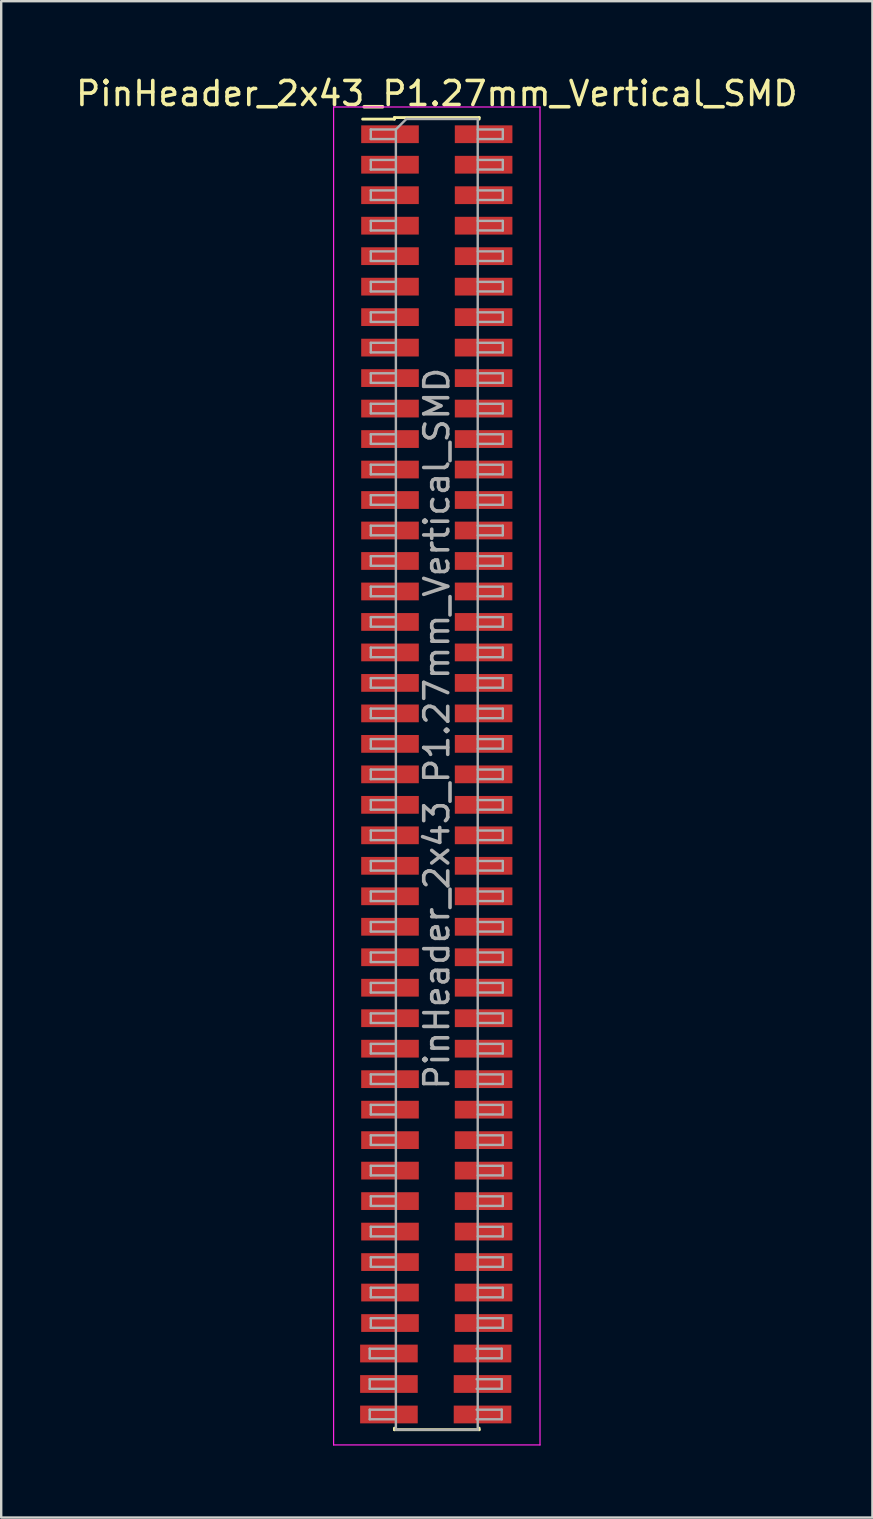
<source format=kicad_pcb>
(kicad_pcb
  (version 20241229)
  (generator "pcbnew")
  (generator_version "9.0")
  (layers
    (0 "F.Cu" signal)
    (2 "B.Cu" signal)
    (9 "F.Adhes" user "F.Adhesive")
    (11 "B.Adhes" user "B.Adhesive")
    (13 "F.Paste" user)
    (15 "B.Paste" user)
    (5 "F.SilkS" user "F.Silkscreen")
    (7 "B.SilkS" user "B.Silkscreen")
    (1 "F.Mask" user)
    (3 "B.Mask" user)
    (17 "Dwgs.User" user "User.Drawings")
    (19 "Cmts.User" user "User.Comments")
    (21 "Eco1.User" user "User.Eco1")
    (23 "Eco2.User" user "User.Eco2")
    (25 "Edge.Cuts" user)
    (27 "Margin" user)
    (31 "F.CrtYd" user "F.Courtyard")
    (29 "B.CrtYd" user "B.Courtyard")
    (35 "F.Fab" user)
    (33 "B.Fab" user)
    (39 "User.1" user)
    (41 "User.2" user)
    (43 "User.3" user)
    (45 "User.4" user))
  (footprint "PinHeader_2x43_P1.27mm_Vertical_SMD"
    (layer "F.Cu")
    (at 15.149 27.308)
    (property "Reference" "PinHeader_2x43_P1.27mm_Vertical_SMD" (at 0 -26.46 0) (layer "F.SilkS") (effects (font (size 1 1) (thickness 0.15))))
    (attr smd)
    (fp_line (start -3.09 -25.395) (end -1.765 -25.395) (stroke (width 0.12) (type solid)) (layer "F.SilkS"))
    (fp_line (start -1.765 -25.46) (end -1.765 -25.395) (stroke (width 0.12) (type solid)) (layer "F.SilkS"))
    (fp_line (start -1.765 -25.46) (end 1.765 -25.46) (stroke (width 0.12) (type solid)) (layer "F.SilkS"))
    (fp_line (start -1.765 29.145) (end -1.765 29.21) (stroke (width 0.12) (type solid)) (layer "F.SilkS"))
    (fp_line (start -1.765 29.21) (end 1.765 29.21) (stroke (width 0.12) (type solid)) (layer "F.SilkS"))
    (fp_line (start 1.765 -25.46) (end 1.765 -25.395) (stroke (width 0.12) (type solid)) (layer "F.SilkS"))
    (fp_line (start 1.765 29.145) (end 1.765 29.21) (stroke (width 0.12) (type solid)) (layer "F.SilkS"))
    (fp_line (start -4.3 -25.9) (end -4.3 29.845) (stroke (width 0.05) (type solid)) (layer "F.CrtYd"))
    (fp_line (start -4.3 29.845) (end 4.3 29.845) (stroke (width 0.05) (type solid)) (layer "F.CrtYd"))
    (fp_line (start 4.3 -25.9) (end -4.3 -25.9) (stroke (width 0.05) (type solid)) (layer "F.CrtYd"))
    (fp_line (start 4.3 29.845) (end 4.3 -25.9) (stroke (width 0.05) (type solid)) (layer "F.CrtYd"))
    (fp_line (start -2.795 25.835) (end -2.795 26.235) (stroke (width 0.1) (type solid)) (layer "F.Fab"))
    (fp_line (start -2.795 26.235) (end -1.75 26.235) (stroke (width 0.1) (type solid)) (layer "F.Fab"))
    (fp_line (start -2.795 27.105) (end -2.795 27.505) (stroke (width 0.1) (type solid)) (layer "F.Fab"))
    (fp_line (start -2.795 27.505) (end -1.75 27.505) (stroke (width 0.1) (type solid)) (layer "F.Fab"))
    (fp_line (start -2.795 28.375) (end -2.795 28.775) (stroke (width 0.1) (type solid)) (layer "F.Fab"))
    (fp_line (start -2.795 28.775) (end -1.75 28.775) (stroke (width 0.1) (type solid)) (layer "F.Fab"))
    (fp_line (start -2.75 -24.965) (end -2.75 -24.565) (stroke (width 0.1) (type solid)) (layer "F.Fab"))
    (fp_line (start -2.75 -24.565) (end -1.705 -24.565) (stroke (width 0.1) (type solid)) (layer "F.Fab"))
    (fp_line (start -2.75 -23.695) (end -2.75 -23.295) (stroke (width 0.1) (type solid)) (layer "F.Fab"))
    (fp_line (start -2.75 -23.295) (end -1.705 -23.295) (stroke (width 0.1) (type solid)) (layer "F.Fab"))
    (fp_line (start -2.75 -22.425) (end -2.75 -22.025) (stroke (width 0.1) (type solid)) (layer "F.Fab"))
    (fp_line (start -2.75 -22.025) (end -1.705 -22.025) (stroke (width 0.1) (type solid)) (layer "F.Fab"))
    (fp_line (start -2.75 -21.155) (end -2.75 -20.755) (stroke (width 0.1) (type solid)) (layer "F.Fab"))
    (fp_line (start -2.75 -20.755) (end -1.705 -20.755) (stroke (width 0.1) (type solid)) (layer "F.Fab"))
    (fp_line (start -2.75 -19.885) (end -2.75 -19.485) (stroke (width 0.1) (type solid)) (layer "F.Fab"))
    (fp_line (start -2.75 -19.485) (end -1.705 -19.485) (stroke (width 0.1) (type solid)) (layer "F.Fab"))
    (fp_line (start -2.75 -18.615) (end -2.75 -18.215) (stroke (width 0.1) (type solid)) (layer "F.Fab"))
    (fp_line (start -2.75 -18.215) (end -1.705 -18.215) (stroke (width 0.1) (type solid)) (layer "F.Fab"))
    (fp_line (start -2.75 -17.345) (end -2.75 -16.945) (stroke (width 0.1) (type solid)) (layer "F.Fab"))
    (fp_line (start -2.75 -16.945) (end -1.705 -16.945) (stroke (width 0.1) (type solid)) (layer "F.Fab"))
    (fp_line (start -2.75 -16.075) (end -2.75 -15.675) (stroke (width 0.1) (type solid)) (layer "F.Fab"))
    (fp_line (start -2.75 -15.675) (end -1.705 -15.675) (stroke (width 0.1) (type solid)) (layer "F.Fab"))
    (fp_line (start -2.75 -14.805) (end -2.75 -14.405) (stroke (width 0.1) (type solid)) (layer "F.Fab"))
    (fp_line (start -2.75 -14.405) (end -1.705 -14.405) (stroke (width 0.1) (type solid)) (layer "F.Fab"))
    (fp_line (start -2.75 -13.535) (end -2.75 -13.135) (stroke (width 0.1) (type solid)) (layer "F.Fab"))
    (fp_line (start -2.75 -13.135) (end -1.705 -13.135) (stroke (width 0.1) (type solid)) (layer "F.Fab"))
    (fp_line (start -2.75 -12.265) (end -2.75 -11.865) (stroke (width 0.1) (type solid)) (layer "F.Fab"))
    (fp_line (start -2.75 -11.865) (end -1.705 -11.865) (stroke (width 0.1) (type solid)) (layer "F.Fab"))
    (fp_line (start -2.75 -10.995) (end -2.75 -10.595) (stroke (width 0.1) (type solid)) (layer "F.Fab"))
    (fp_line (start -2.75 -10.595) (end -1.705 -10.595) (stroke (width 0.1) (type solid)) (layer "F.Fab"))
    (fp_line (start -2.75 -9.725) (end -2.75 -9.325) (stroke (width 0.1) (type solid)) (layer "F.Fab"))
    (fp_line (start -2.75 -9.325) (end -1.705 -9.325) (stroke (width 0.1) (type solid)) (layer "F.Fab"))
    (fp_line (start -2.75 -8.455) (end -2.75 -8.055) (stroke (width 0.1) (type solid)) (layer "F.Fab"))
    (fp_line (start -2.75 -8.055) (end -1.705 -8.055) (stroke (width 0.1) (type solid)) (layer "F.Fab"))
    (fp_line (start -2.75 -7.185) (end -2.75 -6.785) (stroke (width 0.1) (type solid)) (layer "F.Fab"))
    (fp_line (start -2.75 -6.785) (end -1.705 -6.785) (stroke (width 0.1) (type solid)) (layer "F.Fab"))
    (fp_line (start -2.75 -5.915) (end -2.75 -5.515) (stroke (width 0.1) (type solid)) (layer "F.Fab"))
    (fp_line (start -2.75 -5.515) (end -1.705 -5.515) (stroke (width 0.1) (type solid)) (layer "F.Fab"))
    (fp_line (start -2.75 -4.645) (end -2.75 -4.245) (stroke (width 0.1) (type solid)) (layer "F.Fab"))
    (fp_line (start -2.75 -4.245) (end -1.705 -4.245) (stroke (width 0.1) (type solid)) (layer "F.Fab"))
    (fp_line (start -2.75 -3.375) (end -2.75 -2.975) (stroke (width 0.1) (type solid)) (layer "F.Fab"))
    (fp_line (start -2.75 -2.975) (end -1.705 -2.975) (stroke (width 0.1) (type solid)) (layer "F.Fab"))
    (fp_line (start -2.75 -2.105) (end -2.75 -1.705) (stroke (width 0.1) (type solid)) (layer "F.Fab"))
    (fp_line (start -2.75 -1.705) (end -1.705 -1.705) (stroke (width 0.1) (type solid)) (layer "F.Fab"))
    (fp_line (start -2.75 -0.835) (end -2.75 -0.435) (stroke (width 0.1) (type solid)) (layer "F.Fab"))
    (fp_line (start -2.75 -0.435) (end -1.705 -0.435) (stroke (width 0.1) (type solid)) (layer "F.Fab"))
    (fp_line (start -2.75 0.435) (end -2.75 0.835) (stroke (width 0.1) (type solid)) (layer "F.Fab"))
    (fp_line (start -2.75 0.835) (end -1.705 0.835) (stroke (width 0.1) (type solid)) (layer "F.Fab"))
    (fp_line (start -2.75 1.705) (end -2.75 2.105) (stroke (width 0.1) (type solid)) (layer "F.Fab"))
    (fp_line (start -2.75 2.105) (end -1.705 2.105) (stroke (width 0.1) (type solid)) (layer "F.Fab"))
    (fp_line (start -2.75 2.975) (end -2.75 3.375) (stroke (width 0.1) (type solid)) (layer "F.Fab"))
    (fp_line (start -2.75 3.375) (end -1.705 3.375) (stroke (width 0.1) (type solid)) (layer "F.Fab"))
    (fp_line (start -2.75 4.245) (end -2.75 4.645) (stroke (width 0.1) (type solid)) (layer "F.Fab"))
    (fp_line (start -2.75 4.645) (end -1.705 4.645) (stroke (width 0.1) (type solid)) (layer "F.Fab"))
    (fp_line (start -2.75 5.515) (end -2.75 5.915) (stroke (width 0.1) (type solid)) (layer "F.Fab"))
    (fp_line (start -2.75 5.915) (end -1.705 5.915) (stroke (width 0.1) (type solid)) (layer "F.Fab"))
    (fp_line (start -2.75 6.785) (end -2.75 7.185) (stroke (width 0.1) (type solid)) (layer "F.Fab"))
    (fp_line (start -2.75 7.185) (end -1.705 7.185) (stroke (width 0.1) (type solid)) (layer "F.Fab"))
    (fp_line (start -2.75 8.055) (end -2.75 8.455) (stroke (width 0.1) (type solid)) (layer "F.Fab"))
    (fp_line (start -2.75 8.455) (end -1.705 8.455) (stroke (width 0.1) (type solid)) (layer "F.Fab"))
    (fp_line (start -2.75 9.325) (end -2.75 9.725) (stroke (width 0.1) (type solid)) (layer "F.Fab"))
    (fp_line (start -2.75 9.725) (end -1.705 9.725) (stroke (width 0.1) (type solid)) (layer "F.Fab"))
    (fp_line (start -2.75 10.595) (end -2.75 10.995) (stroke (width 0.1) (type solid)) (layer "F.Fab"))
    (fp_line (start -2.75 10.995) (end -1.705 10.995) (stroke (width 0.1) (type solid)) (layer "F.Fab"))
    (fp_line (start -2.75 11.865) (end -2.75 12.265) (stroke (width 0.1) (type solid)) (layer "F.Fab"))
    (fp_line (start -2.75 12.265) (end -1.705 12.265) (stroke (width 0.1) (type solid)) (layer "F.Fab"))
    (fp_line (start -2.75 13.135) (end -2.75 13.535) (stroke (width 0.1) (type solid)) (layer "F.Fab"))
    (fp_line (start -2.75 13.535) (end -1.705 13.535) (stroke (width 0.1) (type solid)) (layer "F.Fab"))
    (fp_line (start -2.75 14.405) (end -2.75 14.805) (stroke (width 0.1) (type solid)) (layer "F.Fab"))
    (fp_line (start -2.75 14.805) (end -1.705 14.805) (stroke (width 0.1) (type solid)) (layer "F.Fab"))
    (fp_line (start -2.75 15.675) (end -2.75 16.075) (stroke (width 0.1) (type solid)) (layer "F.Fab"))
    (fp_line (start -2.75 16.075) (end -1.705 16.075) (stroke (width 0.1) (type solid)) (layer "F.Fab"))
    (fp_line (start -2.75 16.945) (end -2.75 17.345) (stroke (width 0.1) (type solid)) (layer "F.Fab"))
    (fp_line (start -2.75 17.345) (end -1.705 17.345) (stroke (width 0.1) (type solid)) (layer "F.Fab"))
    (fp_line (start -2.75 18.215) (end -2.75 18.615) (stroke (width 0.1) (type solid)) (layer "F.Fab"))
    (fp_line (start -2.75 18.615) (end -1.705 18.615) (stroke (width 0.1) (type solid)) (layer "F.Fab"))
    (fp_line (start -2.75 19.485) (end -2.75 19.885) (stroke (width 0.1) (type solid)) (layer "F.Fab"))
    (fp_line (start -2.75 19.885) (end -1.705 19.885) (stroke (width 0.1) (type solid)) (layer "F.Fab"))
    (fp_line (start -2.75 20.755) (end -2.75 21.155) (stroke (width 0.1) (type solid)) (layer "F.Fab"))
    (fp_line (start -2.75 21.155) (end -1.705 21.155) (stroke (width 0.1) (type solid)) (layer "F.Fab"))
    (fp_line (start -2.75 22.025) (end -2.75 22.425) (stroke (width 0.1) (type solid)) (layer "F.Fab"))
    (fp_line (start -2.75 22.425) (end -1.705 22.425) (stroke (width 0.1) (type solid)) (layer "F.Fab"))
    (fp_line (start -2.75 23.295) (end -2.75 23.695) (stroke (width 0.1) (type solid)) (layer "F.Fab"))
    (fp_line (start -2.75 23.695) (end -1.705 23.695) (stroke (width 0.1) (type solid)) (layer "F.Fab"))
    (fp_line (start -2.75 24.565) (end -2.75 24.965) (stroke (width 0.1) (type solid)) (layer "F.Fab"))
    (fp_line (start -2.75 24.965) (end -1.705 24.965) (stroke (width 0.1) (type solid)) (layer "F.Fab"))
    (fp_line (start -1.75 25.835) (end -2.795 25.835) (stroke (width 0.1) (type solid)) (layer "F.Fab"))
    (fp_line (start -1.75 27.105) (end -2.795 27.105) (stroke (width 0.1) (type solid)) (layer "F.Fab"))
    (fp_line (start -1.75 28.375) (end -2.795 28.375) (stroke (width 0.1) (type solid)) (layer "F.Fab"))
    (fp_line (start -1.705 -24.965) (end -2.75 -24.965) (stroke (width 0.1) (type solid)) (layer "F.Fab"))
    (fp_line (start -1.705 -24.965) (end -1.27 -25.4) (stroke (width 0.1) (type solid)) (layer "F.Fab"))
    (fp_line (start -1.705 -23.695) (end -2.75 -23.695) (stroke (width 0.1) (type solid)) (layer "F.Fab"))
    (fp_line (start -1.705 -22.425) (end -2.75 -22.425) (stroke (width 0.1) (type solid)) (layer "F.Fab"))
    (fp_line (start -1.705 -21.155) (end -2.75 -21.155) (stroke (width 0.1) (type solid)) (layer "F.Fab"))
    (fp_line (start -1.705 -19.885) (end -2.75 -19.885) (stroke (width 0.1) (type solid)) (layer "F.Fab"))
    (fp_line (start -1.705 -18.615) (end -2.75 -18.615) (stroke (width 0.1) (type solid)) (layer "F.Fab"))
    (fp_line (start -1.705 -17.345) (end -2.75 -17.345) (stroke (width 0.1) (type solid)) (layer "F.Fab"))
    (fp_line (start -1.705 -16.075) (end -2.75 -16.075) (stroke (width 0.1) (type solid)) (layer "F.Fab"))
    (fp_line (start -1.705 -14.805) (end -2.75 -14.805) (stroke (width 0.1) (type solid)) (layer "F.Fab"))
    (fp_line (start -1.705 -13.535) (end -2.75 -13.535) (stroke (width 0.1) (type solid)) (layer "F.Fab"))
    (fp_line (start -1.705 -12.265) (end -2.75 -12.265) (stroke (width 0.1) (type solid)) (layer "F.Fab"))
    (fp_line (start -1.705 -10.995) (end -2.75 -10.995) (stroke (width 0.1) (type solid)) (layer "F.Fab"))
    (fp_line (start -1.705 -9.725) (end -2.75 -9.725) (stroke (width 0.1) (type solid)) (layer "F.Fab"))
    (fp_line (start -1.705 -8.455) (end -2.75 -8.455) (stroke (width 0.1) (type solid)) (layer "F.Fab"))
    (fp_line (start -1.705 -7.185) (end -2.75 -7.185) (stroke (width 0.1) (type solid)) (layer "F.Fab"))
    (fp_line (start -1.705 -5.915) (end -2.75 -5.915) (stroke (width 0.1) (type solid)) (layer "F.Fab"))
    (fp_line (start -1.705 -4.645) (end -2.75 -4.645) (stroke (width 0.1) (type solid)) (layer "F.Fab"))
    (fp_line (start -1.705 -3.375) (end -2.75 -3.375) (stroke (width 0.1) (type solid)) (layer "F.Fab"))
    (fp_line (start -1.705 -2.105) (end -2.75 -2.105) (stroke (width 0.1) (type solid)) (layer "F.Fab"))
    (fp_line (start -1.705 -0.835) (end -2.75 -0.835) (stroke (width 0.1) (type solid)) (layer "F.Fab"))
    (fp_line (start -1.705 0.435) (end -2.75 0.435) (stroke (width 0.1) (type solid)) (layer "F.Fab"))
    (fp_line (start -1.705 1.705) (end -2.75 1.705) (stroke (width 0.1) (type solid)) (layer "F.Fab"))
    (fp_line (start -1.705 2.975) (end -2.75 2.975) (stroke (width 0.1) (type solid)) (layer "F.Fab"))
    (fp_line (start -1.705 4.245) (end -2.75 4.245) (stroke (width 0.1) (type solid)) (layer "F.Fab"))
    (fp_line (start -1.705 5.515) (end -2.75 5.515) (stroke (width 0.1) (type solid)) (layer "F.Fab"))
    (fp_line (start -1.705 6.785) (end -2.75 6.785) (stroke (width 0.1) (type solid)) (layer "F.Fab"))
    (fp_line (start -1.705 8.055) (end -2.75 8.055) (stroke (width 0.1) (type solid)) (layer "F.Fab"))
    (fp_line (start -1.705 9.325) (end -2.75 9.325) (stroke (width 0.1) (type solid)) (layer "F.Fab"))
    (fp_line (start -1.705 10.595) (end -2.75 10.595) (stroke (width 0.1) (type solid)) (layer "F.Fab"))
    (fp_line (start -1.705 11.865) (end -2.75 11.865) (stroke (width 0.1) (type solid)) (layer "F.Fab"))
    (fp_line (start -1.705 13.135) (end -2.75 13.135) (stroke (width 0.1) (type solid)) (layer "F.Fab"))
    (fp_line (start -1.705 14.405) (end -2.75 14.405) (stroke (width 0.1) (type solid)) (layer "F.Fab"))
    (fp_line (start -1.705 15.675) (end -2.75 15.675) (stroke (width 0.1) (type solid)) (layer "F.Fab"))
    (fp_line (start -1.705 16.945) (end -2.75 16.945) (stroke (width 0.1) (type solid)) (layer "F.Fab"))
    (fp_line (start -1.705 18.215) (end -2.75 18.215) (stroke (width 0.1) (type solid)) (layer "F.Fab"))
    (fp_line (start -1.705 19.485) (end -2.75 19.485) (stroke (width 0.1) (type solid)) (layer "F.Fab"))
    (fp_line (start -1.705 20.755) (end -2.75 20.755) (stroke (width 0.1) (type solid)) (layer "F.Fab"))
    (fp_line (start -1.705 22.025) (end -2.75 22.025) (stroke (width 0.1) (type solid)) (layer "F.Fab"))
    (fp_line (start -1.705 23.295) (end -2.75 23.295) (stroke (width 0.1) (type solid)) (layer "F.Fab"))
    (fp_line (start -1.705 24.565) (end -2.75 24.565) (stroke (width 0.1) (type solid)) (layer "F.Fab"))
    (fp_line (start -1.705 29.21) (end -1.705 -24.965) (stroke (width 0.1) (type solid)) (layer "F.Fab"))
    (fp_line (start -1.27 -25.4) (end 1.705 -25.4) (stroke (width 0.1) (type solid)) (layer "F.Fab"))
    (fp_line (start 1.66 25.835) (end 2.705 25.835) (stroke (width 0.1) (type solid)) (layer "F.Fab"))
    (fp_line (start 1.66 27.105) (end 2.705 27.105) (stroke (width 0.1) (type solid)) (layer "F.Fab"))
    (fp_line (start 1.66 28.375) (end 2.705 28.375) (stroke (width 0.1) (type solid)) (layer "F.Fab"))
    (fp_line (start 1.705 -25.4) (end 1.705 29.21) (stroke (width 0.1) (type solid)) (layer "F.Fab"))
    (fp_line (start 1.705 -24.965) (end 2.75 -24.965) (stroke (width 0.1) (type solid)) (layer "F.Fab"))
    (fp_line (start 1.705 -23.695) (end 2.75 -23.695) (stroke (width 0.1) (type solid)) (layer "F.Fab"))
    (fp_line (start 1.705 -22.425) (end 2.75 -22.425) (stroke (width 0.1) (type solid)) (layer "F.Fab"))
    (fp_line (start 1.705 -21.155) (end 2.75 -21.155) (stroke (width 0.1) (type solid)) (layer "F.Fab"))
    (fp_line (start 1.705 -19.885) (end 2.75 -19.885) (stroke (width 0.1) (type solid)) (layer "F.Fab"))
    (fp_line (start 1.705 -18.615) (end 2.75 -18.615) (stroke (width 0.1) (type solid)) (layer "F.Fab"))
    (fp_line (start 1.705 -17.345) (end 2.75 -17.345) (stroke (width 0.1) (type solid)) (layer "F.Fab"))
    (fp_line (start 1.705 -16.075) (end 2.75 -16.075) (stroke (width 0.1) (type solid)) (layer "F.Fab"))
    (fp_line (start 1.705 -14.805) (end 2.75 -14.805) (stroke (width 0.1) (type solid)) (layer "F.Fab"))
    (fp_line (start 1.705 -13.535) (end 2.75 -13.535) (stroke (width 0.1) (type solid)) (layer "F.Fab"))
    (fp_line (start 1.705 -12.265) (end 2.75 -12.265) (stroke (width 0.1) (type solid)) (layer "F.Fab"))
    (fp_line (start 1.705 -10.995) (end 2.75 -10.995) (stroke (width 0.1) (type solid)) (layer "F.Fab"))
    (fp_line (start 1.705 -9.725) (end 2.75 -9.725) (stroke (width 0.1) (type solid)) (layer "F.Fab"))
    (fp_line (start 1.705 -8.455) (end 2.75 -8.455) (stroke (width 0.1) (type solid)) (layer "F.Fab"))
    (fp_line (start 1.705 -7.185) (end 2.75 -7.185) (stroke (width 0.1) (type solid)) (layer "F.Fab"))
    (fp_line (start 1.705 -5.915) (end 2.75 -5.915) (stroke (width 0.1) (type solid)) (layer "F.Fab"))
    (fp_line (start 1.705 -4.645) (end 2.75 -4.645) (stroke (width 0.1) (type solid)) (layer "F.Fab"))
    (fp_line (start 1.705 -3.375) (end 2.75 -3.375) (stroke (width 0.1) (type solid)) (layer "F.Fab"))
    (fp_line (start 1.705 -2.105) (end 2.75 -2.105) (stroke (width 0.1) (type solid)) (layer "F.Fab"))
    (fp_line (start 1.705 -0.835) (end 2.75 -0.835) (stroke (width 0.1) (type solid)) (layer "F.Fab"))
    (fp_line (start 1.705 0.435) (end 2.75 0.435) (stroke (width 0.1) (type solid)) (layer "F.Fab"))
    (fp_line (start 1.705 1.705) (end 2.75 1.705) (stroke (width 0.1) (type solid)) (layer "F.Fab"))
    (fp_line (start 1.705 2.975) (end 2.75 2.975) (stroke (width 0.1) (type solid)) (layer "F.Fab"))
    (fp_line (start 1.705 4.245) (end 2.75 4.245) (stroke (width 0.1) (type solid)) (layer "F.Fab"))
    (fp_line (start 1.705 5.515) (end 2.75 5.515) (stroke (width 0.1) (type solid)) (layer "F.Fab"))
    (fp_line (start 1.705 6.785) (end 2.75 6.785) (stroke (width 0.1) (type solid)) (layer "F.Fab"))
    (fp_line (start 1.705 8.055) (end 2.75 8.055) (stroke (width 0.1) (type solid)) (layer "F.Fab"))
    (fp_line (start 1.705 9.325) (end 2.75 9.325) (stroke (width 0.1) (type solid)) (layer "F.Fab"))
    (fp_line (start 1.705 10.595) (end 2.75 10.595) (stroke (width 0.1) (type solid)) (layer "F.Fab"))
    (fp_line (start 1.705 11.865) (end 2.75 11.865) (stroke (width 0.1) (type solid)) (layer "F.Fab"))
    (fp_line (start 1.705 13.135) (end 2.75 13.135) (stroke (width 0.1) (type solid)) (layer "F.Fab"))
    (fp_line (start 1.705 14.405) (end 2.75 14.405) (stroke (width 0.1) (type solid)) (layer "F.Fab"))
    (fp_line (start 1.705 15.675) (end 2.75 15.675) (stroke (width 0.1) (type solid)) (layer "F.Fab"))
    (fp_line (start 1.705 16.945) (end 2.75 16.945) (stroke (width 0.1) (type solid)) (layer "F.Fab"))
    (fp_line (start 1.705 18.215) (end 2.75 18.215) (stroke (width 0.1) (type solid)) (layer "F.Fab"))
    (fp_line (start 1.705 19.485) (end 2.75 19.485) (stroke (width 0.1) (type solid)) (layer "F.Fab"))
    (fp_line (start 1.705 20.755) (end 2.75 20.755) (stroke (width 0.1) (type solid)) (layer "F.Fab"))
    (fp_line (start 1.705 22.025) (end 2.75 22.025) (stroke (width 0.1) (type solid)) (layer "F.Fab"))
    (fp_line (start 1.705 23.295) (end 2.75 23.295) (stroke (width 0.1) (type solid)) (layer "F.Fab"))
    (fp_line (start 1.705 24.565) (end 2.75 24.565) (stroke (width 0.1) (type solid)) (layer "F.Fab"))
    (fp_line (start 1.705 29.21) (end -1.705 29.21) (stroke (width 0.1) (type solid)) (layer "F.Fab"))
    (fp_line (start 2.705 25.835) (end 2.705 26.235) (stroke (width 0.1) (type solid)) (layer "F.Fab"))
    (fp_line (start 2.705 26.235) (end 1.66 26.235) (stroke (width 0.1) (type solid)) (layer "F.Fab"))
    (fp_line (start 2.705 27.105) (end 2.705 27.505) (stroke (width 0.1) (type solid)) (layer "F.Fab"))
    (fp_line (start 2.705 27.505) (end 1.66 27.505) (stroke (width 0.1) (type solid)) (layer "F.Fab"))
    (fp_line (start 2.705 28.375) (end 2.705 28.775) (stroke (width 0.1) (type solid)) (layer "F.Fab"))
    (fp_line (start 2.705 28.775) (end 1.66 28.775) (stroke (width 0.1) (type solid)) (layer "F.Fab"))
    (fp_line (start 2.75 -24.965) (end 2.75 -24.565) (stroke (width 0.1) (type solid)) (layer "F.Fab"))
    (fp_line (start 2.75 -24.565) (end 1.705 -24.565) (stroke (width 0.1) (type solid)) (layer "F.Fab"))
    (fp_line (start 2.75 -23.695) (end 2.75 -23.295) (stroke (width 0.1) (type solid)) (layer "F.Fab"))
    (fp_line (start 2.75 -23.295) (end 1.705 -23.295) (stroke (width 0.1) (type solid)) (layer "F.Fab"))
    (fp_line (start 2.75 -22.425) (end 2.75 -22.025) (stroke (width 0.1) (type solid)) (layer "F.Fab"))
    (fp_line (start 2.75 -22.025) (end 1.705 -22.025) (stroke (width 0.1) (type solid)) (layer "F.Fab"))
    (fp_line (start 2.75 -21.155) (end 2.75 -20.755) (stroke (width 0.1) (type solid)) (layer "F.Fab"))
    (fp_line (start 2.75 -20.755) (end 1.705 -20.755) (stroke (width 0.1) (type solid)) (layer "F.Fab"))
    (fp_line (start 2.75 -19.885) (end 2.75 -19.485) (stroke (width 0.1) (type solid)) (layer "F.Fab"))
    (fp_line (start 2.75 -19.485) (end 1.705 -19.485) (stroke (width 0.1) (type solid)) (layer "F.Fab"))
    (fp_line (start 2.75 -18.615) (end 2.75 -18.215) (stroke (width 0.1) (type solid)) (layer "F.Fab"))
    (fp_line (start 2.75 -18.215) (end 1.705 -18.215) (stroke (width 0.1) (type solid)) (layer "F.Fab"))
    (fp_line (start 2.75 -17.345) (end 2.75 -16.945) (stroke (width 0.1) (type solid)) (layer "F.Fab"))
    (fp_line (start 2.75 -16.945) (end 1.705 -16.945) (stroke (width 0.1) (type solid)) (layer "F.Fab"))
    (fp_line (start 2.75 -16.075) (end 2.75 -15.675) (stroke (width 0.1) (type solid)) (layer "F.Fab"))
    (fp_line (start 2.75 -15.675) (end 1.705 -15.675) (stroke (width 0.1) (type solid)) (layer "F.Fab"))
    (fp_line (start 2.75 -14.805) (end 2.75 -14.405) (stroke (width 0.1) (type solid)) (layer "F.Fab"))
    (fp_line (start 2.75 -14.405) (end 1.705 -14.405) (stroke (width 0.1) (type solid)) (layer "F.Fab"))
    (fp_line (start 2.75 -13.535) (end 2.75 -13.135) (stroke (width 0.1) (type solid)) (layer "F.Fab"))
    (fp_line (start 2.75 -13.135) (end 1.705 -13.135) (stroke (width 0.1) (type solid)) (layer "F.Fab"))
    (fp_line (start 2.75 -12.265) (end 2.75 -11.865) (stroke (width 0.1) (type solid)) (layer "F.Fab"))
    (fp_line (start 2.75 -11.865) (end 1.705 -11.865) (stroke (width 0.1) (type solid)) (layer "F.Fab"))
    (fp_line (start 2.75 -10.995) (end 2.75 -10.595) (stroke (width 0.1) (type solid)) (layer "F.Fab"))
    (fp_line (start 2.75 -10.595) (end 1.705 -10.595) (stroke (width 0.1) (type solid)) (layer "F.Fab"))
    (fp_line (start 2.75 -9.725) (end 2.75 -9.325) (stroke (width 0.1) (type solid)) (layer "F.Fab"))
    (fp_line (start 2.75 -9.325) (end 1.705 -9.325) (stroke (width 0.1) (type solid)) (layer "F.Fab"))
    (fp_line (start 2.75 -8.455) (end 2.75 -8.055) (stroke (width 0.1) (type solid)) (layer "F.Fab"))
    (fp_line (start 2.75 -8.055) (end 1.705 -8.055) (stroke (width 0.1) (type solid)) (layer "F.Fab"))
    (fp_line (start 2.75 -7.185) (end 2.75 -6.785) (stroke (width 0.1) (type solid)) (layer "F.Fab"))
    (fp_line (start 2.75 -6.785) (end 1.705 -6.785) (stroke (width 0.1) (type solid)) (layer "F.Fab"))
    (fp_line (start 2.75 -5.915) (end 2.75 -5.515) (stroke (width 0.1) (type solid)) (layer "F.Fab"))
    (fp_line (start 2.75 -5.515) (end 1.705 -5.515) (stroke (width 0.1) (type solid)) (layer "F.Fab"))
    (fp_line (start 2.75 -4.645) (end 2.75 -4.245) (stroke (width 0.1) (type solid)) (layer "F.Fab"))
    (fp_line (start 2.75 -4.245) (end 1.705 -4.245) (stroke (width 0.1) (type solid)) (layer "F.Fab"))
    (fp_line (start 2.75 -3.375) (end 2.75 -2.975) (stroke (width 0.1) (type solid)) (layer "F.Fab"))
    (fp_line (start 2.75 -2.975) (end 1.705 -2.975) (stroke (width 0.1) (type solid)) (layer "F.Fab"))
    (fp_line (start 2.75 -2.105) (end 2.75 -1.705) (stroke (width 0.1) (type solid)) (layer "F.Fab"))
    (fp_line (start 2.75 -1.705) (end 1.705 -1.705) (stroke (width 0.1) (type solid)) (layer "F.Fab"))
    (fp_line (start 2.75 -0.835) (end 2.75 -0.435) (stroke (width 0.1) (type solid)) (layer "F.Fab"))
    (fp_line (start 2.75 -0.435) (end 1.705 -0.435) (stroke (width 0.1) (type solid)) (layer "F.Fab"))
    (fp_line (start 2.75 0.435) (end 2.75 0.835) (stroke (width 0.1) (type solid)) (layer "F.Fab"))
    (fp_line (start 2.75 0.835) (end 1.705 0.835) (stroke (width 0.1) (type solid)) (layer "F.Fab"))
    (fp_line (start 2.75 1.705) (end 2.75 2.105) (stroke (width 0.1) (type solid)) (layer "F.Fab"))
    (fp_line (start 2.75 2.105) (end 1.705 2.105) (stroke (width 0.1) (type solid)) (layer "F.Fab"))
    (fp_line (start 2.75 2.975) (end 2.75 3.375) (stroke (width 0.1) (type solid)) (layer "F.Fab"))
    (fp_line (start 2.75 3.375) (end 1.705 3.375) (stroke (width 0.1) (type solid)) (layer "F.Fab"))
    (fp_line (start 2.75 4.245) (end 2.75 4.645) (stroke (width 0.1) (type solid)) (layer "F.Fab"))
    (fp_line (start 2.75 4.645) (end 1.705 4.645) (stroke (width 0.1) (type solid)) (layer "F.Fab"))
    (fp_line (start 2.75 5.515) (end 2.75 5.915) (stroke (width 0.1) (type solid)) (layer "F.Fab"))
    (fp_line (start 2.75 5.915) (end 1.705 5.915) (stroke (width 0.1) (type solid)) (layer "F.Fab"))
    (fp_line (start 2.75 6.785) (end 2.75 7.185) (stroke (width 0.1) (type solid)) (layer "F.Fab"))
    (fp_line (start 2.75 7.185) (end 1.705 7.185) (stroke (width 0.1) (type solid)) (layer "F.Fab"))
    (fp_line (start 2.75 8.055) (end 2.75 8.455) (stroke (width 0.1) (type solid)) (layer "F.Fab"))
    (fp_line (start 2.75 8.455) (end 1.705 8.455) (stroke (width 0.1) (type solid)) (layer "F.Fab"))
    (fp_line (start 2.75 9.325) (end 2.75 9.725) (stroke (width 0.1) (type solid)) (layer "F.Fab"))
    (fp_line (start 2.75 9.725) (end 1.705 9.725) (stroke (width 0.1) (type solid)) (layer "F.Fab"))
    (fp_line (start 2.75 10.595) (end 2.75 10.995) (stroke (width 0.1) (type solid)) (layer "F.Fab"))
    (fp_line (start 2.75 10.995) (end 1.705 10.995) (stroke (width 0.1) (type solid)) (layer "F.Fab"))
    (fp_line (start 2.75 11.865) (end 2.75 12.265) (stroke (width 0.1) (type solid)) (layer "F.Fab"))
    (fp_line (start 2.75 12.265) (end 1.705 12.265) (stroke (width 0.1) (type solid)) (layer "F.Fab"))
    (fp_line (start 2.75 13.135) (end 2.75 13.535) (stroke (width 0.1) (type solid)) (layer "F.Fab"))
    (fp_line (start 2.75 13.535) (end 1.705 13.535) (stroke (width 0.1) (type solid)) (layer "F.Fab"))
    (fp_line (start 2.75 14.405) (end 2.75 14.805) (stroke (width 0.1) (type solid)) (layer "F.Fab"))
    (fp_line (start 2.75 14.805) (end 1.705 14.805) (stroke (width 0.1) (type solid)) (layer "F.Fab"))
    (fp_line (start 2.75 15.675) (end 2.75 16.075) (stroke (width 0.1) (type solid)) (layer "F.Fab"))
    (fp_line (start 2.75 16.075) (end 1.705 16.075) (stroke (width 0.1) (type solid)) (layer "F.Fab"))
    (fp_line (start 2.75 16.945) (end 2.75 17.345) (stroke (width 0.1) (type solid)) (layer "F.Fab"))
    (fp_line (start 2.75 17.345) (end 1.705 17.345) (stroke (width 0.1) (type solid)) (layer "F.Fab"))
    (fp_line (start 2.75 18.215) (end 2.75 18.615) (stroke (width 0.1) (type solid)) (layer "F.Fab"))
    (fp_line (start 2.75 18.615) (end 1.705 18.615) (stroke (width 0.1) (type solid)) (layer "F.Fab"))
    (fp_line (start 2.75 19.485) (end 2.75 19.885) (stroke (width 0.1) (type solid)) (layer "F.Fab"))
    (fp_line (start 2.75 19.885) (end 1.705 19.885) (stroke (width 0.1) (type solid)) (layer "F.Fab"))
    (fp_line (start 2.75 20.755) (end 2.75 21.155) (stroke (width 0.1) (type solid)) (layer "F.Fab"))
    (fp_line (start 2.75 21.155) (end 1.705 21.155) (stroke (width 0.1) (type solid)) (layer "F.Fab"))
    (fp_line (start 2.75 22.025) (end 2.75 22.425) (stroke (width 0.1) (type solid)) (layer "F.Fab"))
    (fp_line (start 2.75 22.425) (end 1.705 22.425) (stroke (width 0.1) (type solid)) (layer "F.Fab"))
    (fp_line (start 2.75 23.295) (end 2.75 23.695) (stroke (width 0.1) (type solid)) (layer "F.Fab"))
    (fp_line (start 2.75 23.695) (end 1.705 23.695) (stroke (width 0.1) (type solid)) (layer "F.Fab"))
    (fp_line (start 2.75 24.565) (end 2.75 24.965) (stroke (width 0.1) (type solid)) (layer "F.Fab"))
    (fp_line (start 2.75 24.965) (end 1.705 24.965) (stroke (width 0.1) (type solid)) (layer "F.Fab"))
    (fp_text user "${REFERENCE}" (at 0 0 90) (layer "F.Fab") (effects (font (size 1 1) (thickness 0.15))))
    (pad "1" smd rect (at -1.95 -24.765) (size 2.4 0.74) (layers "F.Cu" "F.Mask" "F.Paste"))
    (pad "2" smd rect (at 1.95 -24.765) (size 2.4 0.74) (layers "F.Cu" "F.Mask" "F.Paste"))
    (pad "3" smd rect (at -1.95 -23.495) (size 2.4 0.74) (layers "F.Cu" "F.Mask" "F.Paste"))
    (pad "4" smd rect (at 1.95 -23.495) (size 2.4 0.74) (layers "F.Cu" "F.Mask" "F.Paste"))
    (pad "5" smd rect (at -1.95 -22.225) (size 2.4 0.74) (layers "F.Cu" "F.Mask" "F.Paste"))
    (pad "6" smd rect (at 1.95 -22.225) (size 2.4 0.74) (layers "F.Cu" "F.Mask" "F.Paste"))
    (pad "7" smd rect (at -1.95 -20.955) (size 2.4 0.74) (layers "F.Cu" "F.Mask" "F.Paste"))
    (pad "8" smd rect (at 1.95 -20.955) (size 2.4 0.74) (layers "F.Cu" "F.Mask" "F.Paste"))
    (pad "9" smd rect (at -1.95 -19.685) (size 2.4 0.74) (layers "F.Cu" "F.Mask" "F.Paste"))
    (pad "10" smd rect (at 1.95 -19.685) (size 2.4 0.74) (layers "F.Cu" "F.Mask" "F.Paste"))
    (pad "11" smd rect (at -1.95 -18.415) (size 2.4 0.74) (layers "F.Cu" "F.Mask" "F.Paste"))
    (pad "12" smd rect (at 1.95 -18.415) (size 2.4 0.74) (layers "F.Cu" "F.Mask" "F.Paste"))
    (pad "13" smd rect (at -1.95 -17.145) (size 2.4 0.74) (layers "F.Cu" "F.Mask" "F.Paste"))
    (pad "14" smd rect (at 1.95 -17.145) (size 2.4 0.74) (layers "F.Cu" "F.Mask" "F.Paste"))
    (pad "15" smd rect (at -1.95 -15.875) (size 2.4 0.74) (layers "F.Cu" "F.Mask" "F.Paste"))
    (pad "16" smd rect (at 1.95 -15.875) (size 2.4 0.74) (layers "F.Cu" "F.Mask" "F.Paste"))
    (pad "17" smd rect (at -1.95 -14.605) (size 2.4 0.74) (layers "F.Cu" "F.Mask" "F.Paste"))
    (pad "18" smd rect (at 1.95 -14.605) (size 2.4 0.74) (layers "F.Cu" "F.Mask" "F.Paste"))
    (pad "19" smd rect (at -1.95 -13.335) (size 2.4 0.74) (layers "F.Cu" "F.Mask" "F.Paste"))
    (pad "20" smd rect (at 1.95 -13.335) (size 2.4 0.74) (layers "F.Cu" "F.Mask" "F.Paste"))
    (pad "21" smd rect (at -1.95 -12.065) (size 2.4 0.74) (layers "F.Cu" "F.Mask" "F.Paste"))
    (pad "22" smd rect (at 1.95 -12.065) (size 2.4 0.74) (layers "F.Cu" "F.Mask" "F.Paste"))
    (pad "23" smd rect (at -1.95 -10.795) (size 2.4 0.74) (layers "F.Cu" "F.Mask" "F.Paste"))
    (pad "24" smd rect (at 1.95 -10.795) (size 2.4 0.74) (layers "F.Cu" "F.Mask" "F.Paste"))
    (pad "25" smd rect (at -1.95 -9.525) (size 2.4 0.74) (layers "F.Cu" "F.Mask" "F.Paste"))
    (pad "26" smd rect (at 1.95 -9.525) (size 2.4 0.74) (layers "F.Cu" "F.Mask" "F.Paste"))
    (pad "27" smd rect (at -1.95 -8.255) (size 2.4 0.74) (layers "F.Cu" "F.Mask" "F.Paste"))
    (pad "28" smd rect (at 1.95 -8.255) (size 2.4 0.74) (layers "F.Cu" "F.Mask" "F.Paste"))
    (pad "29" smd rect (at -1.95 -6.985) (size 2.4 0.74) (layers "F.Cu" "F.Mask" "F.Paste"))
    (pad "30" smd rect (at 1.95 -6.985) (size 2.4 0.74) (layers "F.Cu" "F.Mask" "F.Paste"))
    (pad "31" smd rect (at -1.95 -5.715) (size 2.4 0.74) (layers "F.Cu" "F.Mask" "F.Paste"))
    (pad "32" smd rect (at 1.95 -5.715) (size 2.4 0.74) (layers "F.Cu" "F.Mask" "F.Paste"))
    (pad "33" smd rect (at -1.95 -4.445) (size 2.4 0.74) (layers "F.Cu" "F.Mask" "F.Paste"))
    (pad "34" smd rect (at 1.95 -4.445) (size 2.4 0.74) (layers "F.Cu" "F.Mask" "F.Paste"))
    (pad "35" smd rect (at -1.95 -3.175) (size 2.4 0.74) (layers "F.Cu" "F.Mask" "F.Paste"))
    (pad "36" smd rect (at 1.95 -3.175) (size 2.4 0.74) (layers "F.Cu" "F.Mask" "F.Paste"))
    (pad "37" smd rect (at -1.95 -1.905) (size 2.4 0.74) (layers "F.Cu" "F.Mask" "F.Paste"))
    (pad "38" smd rect (at 1.95 -1.905) (size 2.4 0.74) (layers "F.Cu" "F.Mask" "F.Paste"))
    (pad "39" smd rect (at -1.95 -0.635) (size 2.4 0.74) (layers "F.Cu" "F.Mask" "F.Paste"))
    (pad "40" smd rect (at 1.95 -0.635) (size 2.4 0.74) (layers "F.Cu" "F.Mask" "F.Paste"))
    (pad "41" smd rect (at -1.95 0.635) (size 2.4 0.74) (layers "F.Cu" "F.Mask" "F.Paste"))
    (pad "42" smd rect (at 1.95 0.635) (size 2.4 0.74) (layers "F.Cu" "F.Mask" "F.Paste"))
    (pad "43" smd rect (at -1.95 1.905) (size 2.4 0.74) (layers "F.Cu" "F.Mask" "F.Paste"))
    (pad "44" smd rect (at 1.95 1.905) (size 2.4 0.74) (layers "F.Cu" "F.Mask" "F.Paste"))
    (pad "45" smd rect (at -1.95 3.175) (size 2.4 0.74) (layers "F.Cu" "F.Mask" "F.Paste"))
    (pad "46" smd rect (at 1.95 3.175) (size 2.4 0.74) (layers "F.Cu" "F.Mask" "F.Paste"))
    (pad "47" smd rect (at -1.95 4.445) (size 2.4 0.74) (layers "F.Cu" "F.Mask" "F.Paste"))
    (pad "48" smd rect (at 1.95 4.445) (size 2.4 0.74) (layers "F.Cu" "F.Mask" "F.Paste"))
    (pad "49" smd rect (at -1.95 5.715) (size 2.4 0.74) (layers "F.Cu" "F.Mask" "F.Paste"))
    (pad "50" smd rect (at 1.95 5.715) (size 2.4 0.74) (layers "F.Cu" "F.Mask" "F.Paste"))
    (pad "51" smd rect (at -1.95 6.985) (size 2.4 0.74) (layers "F.Cu" "F.Mask" "F.Paste"))
    (pad "52" smd rect (at 1.95 6.985) (size 2.4 0.74) (layers "F.Cu" "F.Mask" "F.Paste"))
    (pad "53" smd rect (at -1.95 8.255) (size 2.4 0.74) (layers "F.Cu" "F.Mask" "F.Paste"))
    (pad "54" smd rect (at 1.95 8.255) (size 2.4 0.74) (layers "F.Cu" "F.Mask" "F.Paste"))
    (pad "55" smd rect (at -1.95 9.525) (size 2.4 0.74) (layers "F.Cu" "F.Mask" "F.Paste"))
    (pad "56" smd rect (at 1.95 9.525) (size 2.4 0.74) (layers "F.Cu" "F.Mask" "F.Paste"))
    (pad "57" smd rect (at -1.95 10.795) (size 2.4 0.74) (layers "F.Cu" "F.Mask" "F.Paste"))
    (pad "58" smd rect (at 1.95 10.795) (size 2.4 0.74) (layers "F.Cu" "F.Mask" "F.Paste"))
    (pad "59" smd rect (at -1.95 12.065) (size 2.4 0.74) (layers "F.Cu" "F.Mask" "F.Paste"))
    (pad "60" smd rect (at 1.95 12.065) (size 2.4 0.74) (layers "F.Cu" "F.Mask" "F.Paste"))
    (pad "61" smd rect (at -1.95 13.335) (size 2.4 0.74) (layers "F.Cu" "F.Mask" "F.Paste"))
    (pad "62" smd rect (at 1.95 13.335) (size 2.4 0.74) (layers "F.Cu" "F.Mask" "F.Paste"))
    (pad "63" smd rect (at -1.95 14.605) (size 2.4 0.74) (layers "F.Cu" "F.Mask" "F.Paste"))
    (pad "64" smd rect (at 1.95 14.605) (size 2.4 0.74) (layers "F.Cu" "F.Mask" "F.Paste"))
    (pad "65" smd rect (at -1.95 15.875) (size 2.4 0.74) (layers "F.Cu" "F.Mask" "F.Paste"))
    (pad "66" smd rect (at 1.95 15.875) (size 2.4 0.74) (layers "F.Cu" "F.Mask" "F.Paste"))
    (pad "67" smd rect (at -1.95 17.145) (size 2.4 0.74) (layers "F.Cu" "F.Mask" "F.Paste"))
    (pad "68" smd rect (at 1.95 17.145) (size 2.4 0.74) (layers "F.Cu" "F.Mask" "F.Paste"))
    (pad "69" smd rect (at -1.95 18.415) (size 2.4 0.74) (layers "F.Cu" "F.Mask" "F.Paste"))
    (pad "70" smd rect (at 1.95 18.415) (size 2.4 0.74) (layers "F.Cu" "F.Mask" "F.Paste"))
    (pad "71" smd rect (at -1.95 19.685) (size 2.4 0.74) (layers "F.Cu" "F.Mask" "F.Paste"))
    (pad "72" smd rect (at 1.95 19.685) (size 2.4 0.74) (layers "F.Cu" "F.Mask" "F.Paste"))
    (pad "73" smd rect (at -1.95 20.955) (size 2.4 0.74) (layers "F.Cu" "F.Mask" "F.Paste"))
    (pad "74" smd rect (at 1.95 20.955) (size 2.4 0.74) (layers "F.Cu" "F.Mask" "F.Paste"))
    (pad "75" smd rect (at -1.95 22.225) (size 2.4 0.74) (layers "F.Cu" "F.Mask" "F.Paste"))
    (pad "76" smd rect (at 1.95 22.225) (size 2.4 0.74) (layers "F.Cu" "F.Mask" "F.Paste"))
    (pad "77" smd rect (at -1.95 23.495) (size 2.4 0.74) (layers "F.Cu" "F.Mask" "F.Paste"))
    (pad "78" smd rect (at 1.95 23.495) (size 2.4 0.74) (layers "F.Cu" "F.Mask" "F.Paste"))
    (pad "79" smd rect (at -1.95 24.765) (size 2.4 0.74) (layers "F.Cu" "F.Mask" "F.Paste"))
    (pad "80" smd rect (at 1.95 24.765) (size 2.4 0.74) (layers "F.Cu" "F.Mask" "F.Paste"))
    (pad "81" smd rect (at -1.995 26.035) (size 2.4 0.74) (layers "F.Cu" "F.Mask" "F.Paste"))
    (pad "82" smd rect (at 1.905 26.035) (size 2.4 0.74) (layers "F.Cu" "F.Mask" "F.Paste"))
    (pad "83" smd rect (at -1.995 27.305) (size 2.4 0.74) (layers "F.Cu" "F.Mask" "F.Paste"))
    (pad "84" smd rect (at 1.905 27.305) (size 2.4 0.74) (layers "F.Cu" "F.Mask" "F.Paste"))
    (pad "85" smd rect (at -1.995 28.575) (size 2.4 0.74) (layers "F.Cu" "F.Mask" "F.Paste"))
    (pad "86" smd rect (at 1.905 28.575) (size 2.4 0.74) (layers "F.Cu" "F.Mask" "F.Paste")))
  (gr_rect
    (start -3 -3)
    (end 33.298 60.178)
    (stroke (width 0.1) (type default))
    (fill no)
    (layer "Edge.Cuts")))
</source>
